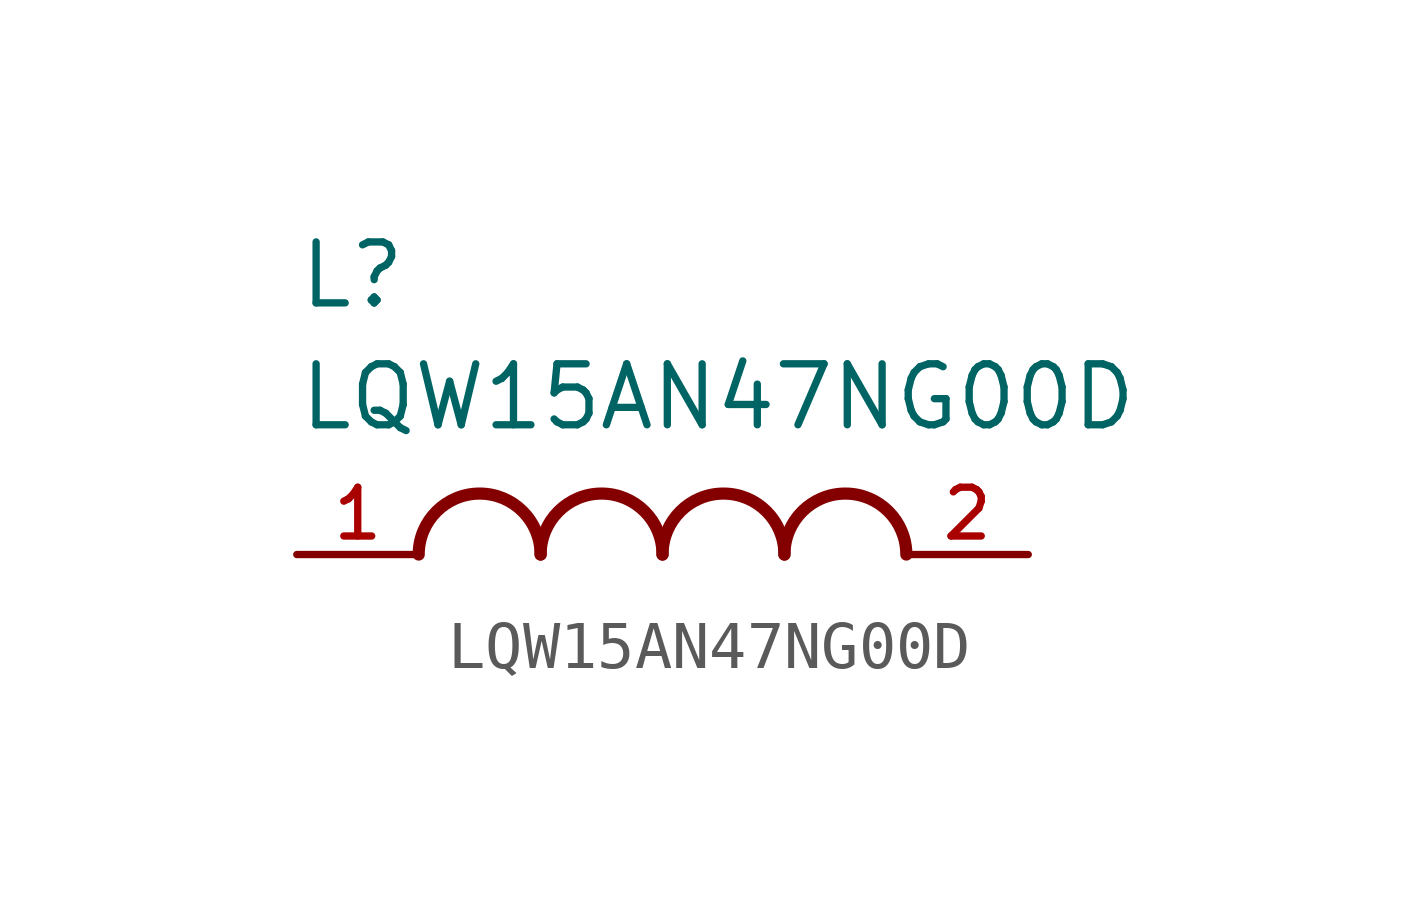
<source format=kicad_sym>
(kicad_symbol_lib
  (version 20211014)
  (generator kicad_symbol_editor)
  (symbol "LQW15AN47NG00D"
    (pin_names
      (offset 1.016))
    (property "Reference" "L"
      (at -7.62 5.08 0)
      (effects (font (size 1.27 1.27)) (justify bottom left)))
    (property "Value" "LQW15AN47NG00D"
      (at -7.62 2.54 0)
      (effects (font (size 1.27 1.27)) (justify bottom left)))
    (symbol "LQW15AN47NG00D_0_0"
      (arc (start -2.54 0.0) (mid -3.81 1.27) (end -5.08 0.0) (stroke (width 0.254) (type default) (color 0 0 0 0)) (fill (type none)))
      (arc (start 0.0 0.0) (mid -1.27 1.27) (end -2.54 0.0) (stroke (width 0.254) (type default) (color 0 0 0 0)) (fill (type none)))
      (arc (start 2.54 0.0) (mid 1.27 1.27) (end 0.0 0.0) (stroke (width 0.254) (type default) (color 0 0 0 0)) (fill (type none)))
      (arc (start 5.08 0.0) (mid 3.81 1.27) (end 2.54 0.0) (stroke (width 0.254) (type default) (color 0 0 0 0)) (fill (type none)))
      (pin passive line (at -7.62 0.0 0) (length 2.54) (name "~" (effects (font (size 1.016 1.016)))) (number "1" (effects (font (size 1.016 1.016)))))
      (pin passive line (at 7.62 0.0 180.0) (length 2.54) (name "~" (effects (font (size 1.016 1.016)))) (number "2" (effects (font (size 1.016 1.016))))))))
</source>
